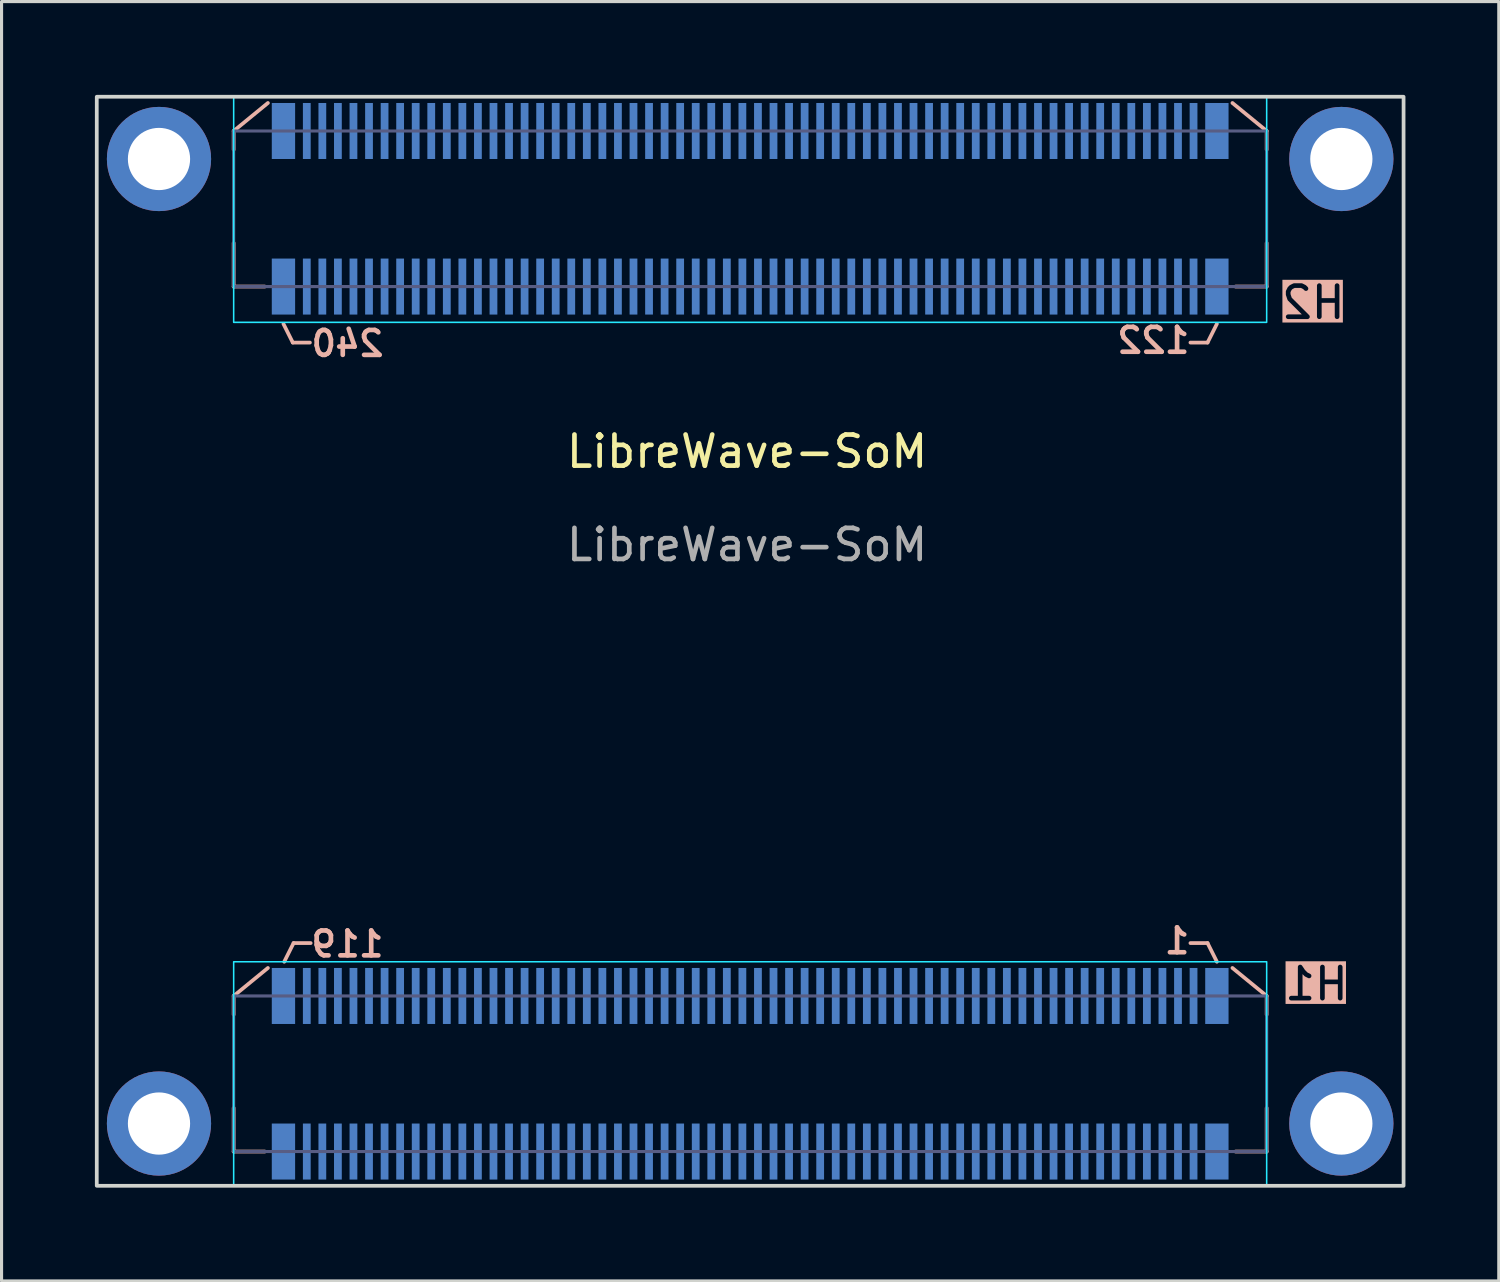
<source format=kicad_pcb>
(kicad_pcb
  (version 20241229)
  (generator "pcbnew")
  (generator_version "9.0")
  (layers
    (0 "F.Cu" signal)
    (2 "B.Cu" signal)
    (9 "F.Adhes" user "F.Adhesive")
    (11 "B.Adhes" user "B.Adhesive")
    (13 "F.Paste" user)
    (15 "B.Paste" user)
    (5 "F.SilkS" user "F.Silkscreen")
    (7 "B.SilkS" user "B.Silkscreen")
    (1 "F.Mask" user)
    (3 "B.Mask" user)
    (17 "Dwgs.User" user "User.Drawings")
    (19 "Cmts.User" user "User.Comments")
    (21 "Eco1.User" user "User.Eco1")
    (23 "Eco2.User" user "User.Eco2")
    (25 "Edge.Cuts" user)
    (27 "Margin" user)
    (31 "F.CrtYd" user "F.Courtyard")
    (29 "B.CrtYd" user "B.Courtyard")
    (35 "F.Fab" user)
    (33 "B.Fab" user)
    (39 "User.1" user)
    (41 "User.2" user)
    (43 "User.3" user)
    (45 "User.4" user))
  (footprint "LibreWave-SoM"
    (layer "F.Cu")
    (at 21.06 17.56)
    (property "Reference" "LibreWave-SoM" (at -0.1 -6.1 0) (unlocked yes) (layer "F.SilkS") (effects (font (size 1 1) (thickness 0.15))))
    (attr smd)
    (fp_line (start -16.6 -16.4) (end -15.5 -17.3) (stroke (width 0.12) (type default)) (layer "B.SilkS"))
    (fp_line (start -16.6 -15.8) (end -16.6 -16.4) (stroke (width 0.12) (type default)) (layer "B.SilkS"))
    (fp_line (start -16.6 -11.4) (end -16.6 -12.8) (stroke (width 0.12) (type default)) (layer "B.SilkS"))
    (fp_line (start -16.6 11.4) (end -15.5 10.5) (stroke (width 0.12) (type default)) (layer "B.SilkS"))
    (fp_line (start -16.6 12) (end -16.6 11.4) (stroke (width 0.12) (type default)) (layer "B.SilkS"))
    (fp_line (start -16.6 16.4) (end -16.6 15) (stroke (width 0.12) (type default)) (layer "B.SilkS"))
    (fp_line (start -15.6 -11.4) (end -16.6 -11.4) (stroke (width 0.12) (type default)) (layer "B.SilkS"))
    (fp_line (start -15.6 16.4) (end -16.6 16.4) (stroke (width 0.12) (type default)) (layer "B.SilkS"))
    (fp_line (start -15 -10.2) (end -14.7 -9.6) (stroke (width 0.12) (type default)) (layer "B.SilkS"))
    (fp_line (start -14.975 10.3) (end -14.675 9.7) (stroke (width 0.12) (type default)) (layer "B.SilkS"))
    (fp_line (start -14.7 -9.6) (end -14.15 -9.6) (stroke (width 0.12) (type default)) (layer "B.SilkS"))
    (fp_line (start -14.675 9.7) (end -14.125 9.7) (stroke (width 0.12) (type default)) (layer "B.SilkS"))
    (fp_line (start 14.7 -9.6) (end 14.15 -9.6) (stroke (width 0.12) (type default)) (layer "B.SilkS"))
    (fp_line (start 14.7 9.7) (end 14.15 9.7) (stroke (width 0.12) (type default)) (layer "B.SilkS"))
    (fp_line (start 15 -10.2) (end 14.7 -9.6) (stroke (width 0.12) (type default)) (layer "B.SilkS"))
    (fp_line (start 15 10.3) (end 14.7 9.7) (stroke (width 0.12) (type default)) (layer "B.SilkS"))
    (fp_line (start 15.6 -11.4) (end 16.6 -11.4) (stroke (width 0.12) (type default)) (layer "B.SilkS"))
    (fp_line (start 15.6 16.4) (end 16.6 16.4) (stroke (width 0.12) (type default)) (layer "B.SilkS"))
    (fp_line (start 16.6 -16.4) (end 15.5 -17.3) (stroke (width 0.12) (type default)) (layer "B.SilkS"))
    (fp_line (start 16.6 -15.8) (end 16.6 -16.4) (stroke (width 0.12) (type default)) (layer "B.SilkS"))
    (fp_line (start 16.6 -11.4) (end 16.6 -12.8) (stroke (width 0.12) (type default)) (layer "B.SilkS"))
    (fp_line (start 16.6 11.4) (end 15.5 10.5) (stroke (width 0.12) (type default)) (layer "B.SilkS"))
    (fp_line (start 16.6 12) (end 16.6 11.4) (stroke (width 0.12) (type default)) (layer "B.SilkS"))
    (fp_line (start 16.6 16.4) (end 16.6 15) (stroke (width 0.12) (type default)) (layer "B.SilkS"))
    (fp_rect (start -21 -17.5) (end 21 17.5) (stroke (width 0.12) (type solid)) (fill no) (layer "Edge.Cuts"))
    (fp_rect (start -16.6 -17.5) (end 16.6 -10.25) (stroke (width 0.05) (type default)) (fill no) (layer "B.CrtYd"))
    (fp_rect (start -16.6 10.3) (end 16.6 17.5) (stroke (width 0.05) (type default)) (fill no) (layer "B.CrtYd"))
    (fp_rect (start -16.6 -16.4) (end 16.6 -11.4) (stroke (width 0.1) (type default)) (fill no) (layer "B.Fab"))
    (fp_rect (start -16.6 11.4) (end 16.6 16.4) (stroke (width 0.1) (type default)) (fill no) (layer "B.Fab"))
    (fp_text user "H1" (at 19.3 11.6 0) (unlocked yes) (layer "B.SilkS" knockout) (effects (font (size 1 1) (thickness 0.15)) (justify left bottom mirror)))
    (fp_text user "122" (at 14.2 -9.2 0) (unlocked yes) (layer "B.SilkS") (effects (font (size 0.8 0.8) (thickness 0.15)) (justify left bottom mirror)))
    (fp_text user "240" (at -11.7 -9.1 0) (unlocked yes) (layer "B.SilkS") (effects (font (size 0.8 0.8) (thickness 0.15)) (justify left bottom mirror)))
    (fp_text user "119" (at -11.7 10.2 0) (unlocked yes) (layer "B.SilkS") (effects (font (size 0.8 0.8) (thickness 0.15)) (justify left bottom mirror)))
    (fp_text user "H2" (at 19.2 -10.3 0) (unlocked yes) (layer "B.SilkS" knockout) (effects (font (size 1 1) (thickness 0.15)) (justify left bottom mirror)))
    (fp_text user "1" (at 14.2 10.1 0) (unlocked yes) (layer "B.SilkS") (effects (font (size 0.8 0.8) (thickness 0.15)) (justify left bottom mirror)))
    (fp_text user "${REFERENCE}" (at -0.1 -3.1 0) (unlocked yes) (layer "F.Fab") (effects (font (size 1 1) (thickness 0.15))))
    (pad "" np_thru_hole circle (at -19 -15.5) (size 3.35 3.35) (drill 2) (layers "*.Cu" "*.Mask"))
    (pad "" np_thru_hole circle (at -19 15.5) (size 3.35 3.35) (drill 2) (layers "*.Cu" "*.Mask"))
    (pad "" np_thru_hole circle (at 19 -15.5) (size 3.35 3.35) (drill 2) (layers "*.Cu" "*.Mask"))
    (pad "" np_thru_hole circle (at 19 15.5) (size 3.35 3.35) (drill 2) (layers "*.Cu" "*.Mask"))
    (pad "1" smd rect (at 15 11.4) (size 0.75 1.8) (layers "B.Cu" "B.Mask" "B.Paste"))
    (pad "2" smd rect (at 15 16.4) (size 0.75 1.8) (layers "B.Cu" "B.Mask" "B.Paste"))
    (pad "3" smd rect (at 14.25 11.4) (size 0.25 1.8) (layers "B.Cu" "B.Mask" "B.Paste"))
    (pad "4" smd rect (at 14.25 16.4) (size 0.25 1.8) (layers "B.Cu" "B.Mask" "B.Paste"))
    (pad "5" smd rect (at 13.75 11.4) (size 0.25 1.8) (layers "B.Cu" "B.Mask" "B.Paste"))
    (pad "6" smd rect (at 13.75 16.4) (size 0.25 1.8) (layers "B.Cu" "B.Mask" "B.Paste"))
    (pad "7" smd rect (at 13.25 11.4) (size 0.25 1.8) (layers "B.Cu" "B.Mask" "B.Paste"))
    (pad "8" smd rect (at 13.25 16.4) (size 0.25 1.8) (layers "B.Cu" "B.Mask" "B.Paste"))
    (pad "9" smd rect (at 12.75 11.4) (size 0.25 1.8) (layers "B.Cu" "B.Mask" "B.Paste"))
    (pad "10" smd rect (at 12.75 16.4) (size 0.25 1.8) (layers "B.Cu" "B.Mask" "B.Paste"))
    (pad "11" smd rect (at 12.25 11.4) (size 0.25 1.8) (layers "B.Cu" "B.Mask" "B.Paste"))
    (pad "12" smd rect (at 12.25 16.4) (size 0.25 1.8) (layers "B.Cu" "B.Mask" "B.Paste"))
    (pad "13" smd rect (at 11.75 11.4) (size 0.25 1.8) (layers "B.Cu" "B.Mask" "B.Paste"))
    (pad "14" smd rect (at 11.75 16.4) (size 0.25 1.8) (layers "B.Cu" "B.Mask" "B.Paste"))
    (pad "15" smd rect (at 11.25 11.4) (size 0.25 1.8) (layers "B.Cu" "B.Mask" "B.Paste"))
    (pad "16" smd rect (at 11.25 16.4) (size 0.25 1.8) (layers "B.Cu" "B.Mask" "B.Paste"))
    (pad "17" smd rect (at 10.75 11.4) (size 0.25 1.8) (layers "B.Cu" "B.Mask" "B.Paste"))
    (pad "18" smd rect (at 10.75 16.4) (size 0.25 1.8) (layers "B.Cu" "B.Mask" "B.Paste"))
    (pad "19" smd rect (at 10.25 11.4) (size 0.25 1.8) (layers "B.Cu" "B.Mask" "B.Paste"))
    (pad "20" smd rect (at 10.25 16.4) (size 0.25 1.8) (layers "B.Cu" "B.Mask" "B.Paste"))
    (pad "21" smd rect (at 9.75 11.4) (size 0.25 1.8) (layers "B.Cu" "B.Mask" "B.Paste"))
    (pad "22" smd rect (at 9.75 16.4) (size 0.25 1.8) (layers "B.Cu" "B.Mask" "B.Paste"))
    (pad "23" smd rect (at 9.25 11.4) (size 0.25 1.8) (layers "B.Cu" "B.Mask" "B.Paste"))
    (pad "24" smd rect (at 9.25 16.4) (size 0.25 1.8) (layers "B.Cu" "B.Mask" "B.Paste"))
    (pad "25" smd rect (at 8.75 11.4) (size 0.25 1.8) (layers "B.Cu" "B.Mask" "B.Paste"))
    (pad "26" smd rect (at 8.75 16.4) (size 0.25 1.8) (layers "B.Cu" "B.Mask" "B.Paste"))
    (pad "27" smd rect (at 8.25 11.4) (size 0.25 1.8) (layers "B.Cu" "B.Mask" "B.Paste"))
    (pad "28" smd rect (at 8.25 16.4) (size 0.25 1.8) (layers "B.Cu" "B.Mask" "B.Paste"))
    (pad "29" smd rect (at 7.75 11.4) (size 0.25 1.8) (layers "B.Cu" "B.Mask" "B.Paste"))
    (pad "30" smd rect (at 7.75 16.4) (size 0.25 1.8) (layers "B.Cu" "B.Mask" "B.Paste"))
    (pad "31" smd rect (at 7.25 11.4) (size 0.25 1.8) (layers "B.Cu" "B.Mask" "B.Paste"))
    (pad "32" smd rect (at 7.25 16.4) (size 0.25 1.8) (layers "B.Cu" "B.Mask" "B.Paste"))
    (pad "33" smd rect (at 6.75 11.4) (size 0.25 1.8) (layers "B.Cu" "B.Mask" "B.Paste"))
    (pad "34" smd rect (at 6.75 16.4) (size 0.25 1.8) (layers "B.Cu" "B.Mask" "B.Paste"))
    (pad "35" smd rect (at 6.25 11.4) (size 0.25 1.8) (layers "B.Cu" "B.Mask" "B.Paste"))
    (pad "36" smd rect (at 6.25 16.4) (size 0.25 1.8) (layers "B.Cu" "B.Mask" "B.Paste"))
    (pad "37" smd rect (at 5.75 11.4) (size 0.25 1.8) (layers "B.Cu" "B.Mask" "B.Paste"))
    (pad "38" smd rect (at 5.75 16.4) (size 0.25 1.8) (layers "B.Cu" "B.Mask" "B.Paste"))
    (pad "39" smd rect (at 5.25 11.4) (size 0.25 1.8) (layers "B.Cu" "B.Mask" "B.Paste"))
    (pad "40" smd rect (at 5.25 16.4) (size 0.25 1.8) (layers "B.Cu" "B.Mask" "B.Paste"))
    (pad "41" smd rect (at 4.75 11.4) (size 0.25 1.8) (layers "B.Cu" "B.Mask" "B.Paste"))
    (pad "42" smd rect (at 4.75 16.4) (size 0.25 1.8) (layers "B.Cu" "B.Mask" "B.Paste"))
    (pad "43" smd rect (at 4.25 11.4) (size 0.25 1.8) (layers "B.Cu" "B.Mask" "B.Paste"))
    (pad "44" smd rect (at 4.25 16.4) (size 0.25 1.8) (layers "B.Cu" "B.Mask" "B.Paste"))
    (pad "45" smd rect (at 3.75 11.4) (size 0.25 1.8) (layers "B.Cu" "B.Mask" "B.Paste"))
    (pad "46" smd rect (at 3.75 16.4) (size 0.25 1.8) (layers "B.Cu" "B.Mask" "B.Paste"))
    (pad "47" smd rect (at 3.25 11.4) (size 0.25 1.8) (layers "B.Cu" "B.Mask" "B.Paste"))
    (pad "48" smd rect (at 3.25 16.4) (size 0.25 1.8) (layers "B.Cu" "B.Mask" "B.Paste"))
    (pad "49" smd rect (at 2.75 11.4) (size 0.25 1.8) (layers "B.Cu" "B.Mask" "B.Paste"))
    (pad "50" smd rect (at 2.75 16.4) (size 0.25 1.8) (layers "B.Cu" "B.Mask" "B.Paste"))
    (pad "51" smd rect (at 2.25 11.4) (size 0.25 1.8) (layers "B.Cu" "B.Mask" "B.Paste"))
    (pad "52" smd rect (at 2.25 16.4) (size 0.25 1.8) (layers "B.Cu" "B.Mask" "B.Paste"))
    (pad "53" smd rect (at 1.75 11.4) (size 0.25 1.8) (layers "B.Cu" "B.Mask" "B.Paste"))
    (pad "54" smd rect (at 1.75 16.4) (size 0.25 1.8) (layers "B.Cu" "B.Mask" "B.Paste"))
    (pad "55" smd rect (at 1.25 11.4) (size 0.25 1.8) (layers "B.Cu" "B.Mask" "B.Paste"))
    (pad "56" smd rect (at 1.25 16.4) (size 0.25 1.8) (layers "B.Cu" "B.Mask" "B.Paste"))
    (pad "57" smd rect (at 0.75 11.4) (size 0.25 1.8) (layers "B.Cu" "B.Mask" "B.Paste"))
    (pad "58" smd rect (at 0.75 16.4) (size 0.25 1.8) (layers "B.Cu" "B.Mask" "B.Paste"))
    (pad "59" smd rect (at 0.25 11.4) (size 0.25 1.8) (layers "B.Cu" "B.Mask" "B.Paste"))
    (pad "60" smd rect (at 0.25 16.4) (size 0.25 1.8) (layers "B.Cu" "B.Mask" "B.Paste"))
    (pad "61" smd rect (at -0.25 11.4) (size 0.25 1.8) (layers "B.Cu" "B.Mask" "B.Paste"))
    (pad "62" smd rect (at -0.25 16.4) (size 0.25 1.8) (layers "B.Cu" "B.Mask" "B.Paste"))
    (pad "63" smd rect (at -0.75 11.4) (size 0.25 1.8) (layers "B.Cu" "B.Mask" "B.Paste"))
    (pad "64" smd rect (at -0.75 16.4) (size 0.25 1.8) (layers "B.Cu" "B.Mask" "B.Paste"))
    (pad "65" smd rect (at -1.25 11.4) (size 0.25 1.8) (layers "B.Cu" "B.Mask" "B.Paste"))
    (pad "66" smd rect (at -1.25 16.4) (size 0.25 1.8) (layers "B.Cu" "B.Mask" "B.Paste"))
    (pad "67" smd rect (at -1.75 11.4) (size 0.25 1.8) (layers "B.Cu" "B.Mask" "B.Paste"))
    (pad "68" smd rect (at -1.75 16.4) (size 0.25 1.8) (layers "B.Cu" "B.Mask" "B.Paste"))
    (pad "69" smd rect (at -2.25 11.4) (size 0.25 1.8) (layers "B.Cu" "B.Mask" "B.Paste"))
    (pad "70" smd rect (at -2.25 16.4) (size 0.25 1.8) (layers "B.Cu" "B.Mask" "B.Paste"))
    (pad "71" smd rect (at -2.75 11.4) (size 0.25 1.8) (layers "B.Cu" "B.Mask" "B.Paste"))
    (pad "72" smd rect (at -2.75 16.4) (size 0.25 1.8) (layers "B.Cu" "B.Mask" "B.Paste"))
    (pad "73" smd rect (at -3.25 11.4) (size 0.25 1.8) (layers "B.Cu" "B.Mask" "B.Paste"))
    (pad "74" smd rect (at -3.25 16.4) (size 0.25 1.8) (layers "B.Cu" "B.Mask" "B.Paste"))
    (pad "75" smd rect (at -3.75 11.4) (size 0.25 1.8) (layers "B.Cu" "B.Mask" "B.Paste"))
    (pad "76" smd rect (at -3.75 16.4) (size 0.25 1.8) (layers "B.Cu" "B.Mask" "B.Paste"))
    (pad "77" smd rect (at -4.25 11.4) (size 0.25 1.8) (layers "B.Cu" "B.Mask" "B.Paste"))
    (pad "78" smd rect (at -4.25 16.4) (size 0.25 1.8) (layers "B.Cu" "B.Mask" "B.Paste"))
    (pad "79" smd rect (at -4.75 11.4) (size 0.25 1.8) (layers "B.Cu" "B.Mask" "B.Paste"))
    (pad "80" smd rect (at -4.75 16.4) (size 0.25 1.8) (layers "B.Cu" "B.Mask" "B.Paste"))
    (pad "81" smd rect (at -5.25 11.4) (size 0.25 1.8) (layers "B.Cu" "B.Mask" "B.Paste"))
    (pad "82" smd rect (at -5.25 16.4) (size 0.25 1.8) (layers "B.Cu" "B.Mask" "B.Paste"))
    (pad "83" smd rect (at -5.75 11.4) (size 0.25 1.8) (layers "B.Cu" "B.Mask" "B.Paste"))
    (pad "84" smd rect (at -5.75 16.4) (size 0.25 1.8) (layers "B.Cu" "B.Mask" "B.Paste"))
    (pad "85" smd rect (at -6.25 11.4) (size 0.25 1.8) (layers "B.Cu" "B.Mask" "B.Paste"))
    (pad "86" smd rect (at -6.25 16.4) (size 0.25 1.8) (layers "B.Cu" "B.Mask" "B.Paste"))
    (pad "87" smd rect (at -6.75 11.4) (size 0.25 1.8) (layers "B.Cu" "B.Mask" "B.Paste"))
    (pad "88" smd rect (at -6.75 16.4) (size 0.25 1.8) (layers "B.Cu" "B.Mask" "B.Paste"))
    (pad "89" smd rect (at -7.25 11.4) (size 0.25 1.8) (layers "B.Cu" "B.Mask" "B.Paste"))
    (pad "90" smd rect (at -7.25 16.4) (size 0.25 1.8) (layers "B.Cu" "B.Mask" "B.Paste"))
    (pad "91" smd rect (at -7.75 11.4) (size 0.25 1.8) (layers "B.Cu" "B.Mask" "B.Paste"))
    (pad "92" smd rect (at -7.75 16.4) (size 0.25 1.8) (layers "B.Cu" "B.Mask" "B.Paste"))
    (pad "93" smd rect (at -8.25 11.4) (size 0.25 1.8) (layers "B.Cu" "B.Mask" "B.Paste"))
    (pad "94" smd rect (at -8.25 16.4) (size 0.25 1.8) (layers "B.Cu" "B.Mask" "B.Paste"))
    (pad "95" smd rect (at -8.75 11.4) (size 0.25 1.8) (layers "B.Cu" "B.Mask" "B.Paste"))
    (pad "96" smd rect (at -8.75 16.4) (size 0.25 1.8) (layers "B.Cu" "B.Mask" "B.Paste"))
    (pad "97" smd rect (at -9.25 11.4) (size 0.25 1.8) (layers "B.Cu" "B.Mask" "B.Paste"))
    (pad "98" smd rect (at -9.25 16.4) (size 0.25 1.8) (layers "B.Cu" "B.Mask" "B.Paste"))
    (pad "99" smd rect (at -9.75 11.4) (size 0.25 1.8) (layers "B.Cu" "B.Mask" "B.Paste"))
    (pad "100" smd rect (at -9.75 16.4) (size 0.25 1.8) (layers "B.Cu" "B.Mask" "B.Paste"))
    (pad "101" smd rect (at -10.25 11.4) (size 0.25 1.8) (layers "B.Cu" "B.Mask" "B.Paste"))
    (pad "102" smd rect (at -10.25 16.4) (size 0.25 1.8) (layers "B.Cu" "B.Mask" "B.Paste"))
    (pad "103" smd rect (at -10.75 11.4) (size 0.25 1.8) (layers "B.Cu" "B.Mask" "B.Paste"))
    (pad "104" smd rect (at -10.75 16.4) (size 0.25 1.8) (layers "B.Cu" "B.Mask" "B.Paste"))
    (pad "105" smd rect (at -11.25 11.4) (size 0.25 1.8) (layers "B.Cu" "B.Mask" "B.Paste"))
    (pad "106" smd rect (at -11.25 16.4) (size 0.25 1.8) (layers "B.Cu" "B.Mask" "B.Paste"))
    (pad "107" smd rect (at -11.75 11.4) (size 0.25 1.8) (layers "B.Cu" "B.Mask" "B.Paste"))
    (pad "108" smd rect (at -11.75 16.4) (size 0.25 1.8) (layers "B.Cu" "B.Mask" "B.Paste"))
    (pad "109" smd rect (at -12.25 11.4) (size 0.25 1.8) (layers "B.Cu" "B.Mask" "B.Paste"))
    (pad "110" smd rect (at -12.25 16.4) (size 0.25 1.8) (layers "B.Cu" "B.Mask" "B.Paste"))
    (pad "111" smd rect (at -12.75 11.4) (size 0.25 1.8) (layers "B.Cu" "B.Mask" "B.Paste"))
    (pad "112" smd rect (at -12.75 16.4) (size 0.25 1.8) (layers "B.Cu" "B.Mask" "B.Paste"))
    (pad "113" smd rect (at -13.25 11.4) (size 0.25 1.8) (layers "B.Cu" "B.Mask" "B.Paste"))
    (pad "114" smd rect (at -13.25 16.4) (size 0.25 1.8) (layers "B.Cu" "B.Mask" "B.Paste"))
    (pad "115" smd rect (at -13.75 11.4) (size 0.25 1.8) (layers "B.Cu" "B.Mask" "B.Paste"))
    (pad "116" smd rect (at -13.75 16.4) (size 0.25 1.8) (layers "B.Cu" "B.Mask" "B.Paste"))
    (pad "117" smd rect (at -14.25 11.4) (size 0.25 1.8) (layers "B.Cu" "B.Mask" "B.Paste"))
    (pad "118" smd rect (at -14.25 16.4) (size 0.25 1.8) (layers "B.Cu" "B.Mask" "B.Paste"))
    (pad "119" smd rect (at -15 11.4) (size 0.75 1.8) (layers "B.Cu" "B.Mask" "B.Paste"))
    (pad "120" smd rect (at -15 16.4) (size 0.75 1.8) (layers "B.Cu" "B.Mask" "B.Paste"))
    (pad "121" smd rect (at 15 -16.4) (size 0.75 1.8) (layers "B.Cu" "B.Mask" "B.Paste"))
    (pad "122" smd rect (at 15 -11.4) (size 0.75 1.8) (layers "B.Cu" "B.Mask" "B.Paste"))
    (pad "123" smd rect (at 14.25 -16.4) (size 0.25 1.8) (layers "B.Cu" "B.Mask" "B.Paste"))
    (pad "124" smd rect (at 14.25 -11.4) (size 0.25 1.8) (layers "B.Cu" "B.Mask" "B.Paste"))
    (pad "125" smd rect (at 13.75 -16.4) (size 0.25 1.8) (layers "B.Cu" "B.Mask" "B.Paste"))
    (pad "126" smd rect (at 13.75 -11.4) (size 0.25 1.8) (layers "B.Cu" "B.Mask" "B.Paste"))
    (pad "127" smd rect (at 13.25 -16.4) (size 0.25 1.8) (layers "B.Cu" "B.Mask" "B.Paste"))
    (pad "128" smd rect (at 13.25 -11.4) (size 0.25 1.8) (layers "B.Cu" "B.Mask" "B.Paste"))
    (pad "129" smd rect (at 12.75 -16.4) (size 0.25 1.8) (layers "B.Cu" "B.Mask" "B.Paste"))
    (pad "130" smd rect (at 12.75 -11.4) (size 0.25 1.8) (layers "B.Cu" "B.Mask" "B.Paste"))
    (pad "131" smd rect (at 12.25 -16.4) (size 0.25 1.8) (layers "B.Cu" "B.Mask" "B.Paste"))
    (pad "132" smd rect (at 12.25 -11.4) (size 0.25 1.8) (layers "B.Cu" "B.Mask" "B.Paste"))
    (pad "133" smd rect (at 11.75 -16.4) (size 0.25 1.8) (layers "B.Cu" "B.Mask" "B.Paste"))
    (pad "134" smd rect (at 11.75 -11.4) (size 0.25 1.8) (layers "B.Cu" "B.Mask" "B.Paste"))
    (pad "135" smd rect (at 11.25 -16.4) (size 0.25 1.8) (layers "B.Cu" "B.Mask" "B.Paste"))
    (pad "136" smd rect (at 11.25 -11.4) (size 0.25 1.8) (layers "B.Cu" "B.Mask" "B.Paste"))
    (pad "137" smd rect (at 10.75 -16.4) (size 0.25 1.8) (layers "B.Cu" "B.Mask" "B.Paste"))
    (pad "138" smd rect (at 10.75 -11.4) (size 0.25 1.8) (layers "B.Cu" "B.Mask" "B.Paste"))
    (pad "139" smd rect (at 10.25 -16.4) (size 0.25 1.8) (layers "B.Cu" "B.Mask" "B.Paste"))
    (pad "140" smd rect (at 10.25 -11.4) (size 0.25 1.8) (layers "B.Cu" "B.Mask" "B.Paste"))
    (pad "141" smd rect (at 9.75 -16.4) (size 0.25 1.8) (layers "B.Cu" "B.Mask" "B.Paste"))
    (pad "142" smd rect (at 9.75 -11.4) (size 0.25 1.8) (layers "B.Cu" "B.Mask" "B.Paste"))
    (pad "143" smd rect (at 9.25 -16.4) (size 0.25 1.8) (layers "B.Cu" "B.Mask" "B.Paste"))
    (pad "144" smd rect (at 9.25 -11.4) (size 0.25 1.8) (layers "B.Cu" "B.Mask" "B.Paste"))
    (pad "145" smd rect (at 8.75 -16.4) (size 0.25 1.8) (layers "B.Cu" "B.Mask" "B.Paste"))
    (pad "146" smd rect (at 8.75 -11.4) (size 0.25 1.8) (layers "B.Cu" "B.Mask" "B.Paste"))
    (pad "147" smd rect (at 8.25 -16.4) (size 0.25 1.8) (layers "B.Cu" "B.Mask" "B.Paste"))
    (pad "148" smd rect (at 8.25 -11.4) (size 0.25 1.8) (layers "B.Cu" "B.Mask" "B.Paste"))
    (pad "149" smd rect (at 7.75 -16.4) (size 0.25 1.8) (layers "B.Cu" "B.Mask" "B.Paste"))
    (pad "150" smd rect (at 7.75 -11.4) (size 0.25 1.8) (layers "B.Cu" "B.Mask" "B.Paste"))
    (pad "151" smd rect (at 7.25 -16.4) (size 0.25 1.8) (layers "B.Cu" "B.Mask" "B.Paste"))
    (pad "152" smd rect (at 7.25 -11.4) (size 0.25 1.8) (layers "B.Cu" "B.Mask" "B.Paste"))
    (pad "153" smd rect (at 6.75 -16.4) (size 0.25 1.8) (layers "B.Cu" "B.Mask" "B.Paste"))
    (pad "154" smd rect (at 6.75 -11.4) (size 0.25 1.8) (layers "B.Cu" "B.Mask" "B.Paste"))
    (pad "155" smd rect (at 6.25 -16.4) (size 0.25 1.8) (layers "B.Cu" "B.Mask" "B.Paste"))
    (pad "156" smd rect (at 6.25 -11.4) (size 0.25 1.8) (layers "B.Cu" "B.Mask" "B.Paste"))
    (pad "157" smd rect (at 5.75 -16.4) (size 0.25 1.8) (layers "B.Cu" "B.Mask" "B.Paste"))
    (pad "158" smd rect (at 5.75 -11.4) (size 0.25 1.8) (layers "B.Cu" "B.Mask" "B.Paste"))
    (pad "159" smd rect (at 5.25 -16.4) (size 0.25 1.8) (layers "B.Cu" "B.Mask" "B.Paste"))
    (pad "160" smd rect (at 5.25 -11.4) (size 0.25 1.8) (layers "B.Cu" "B.Mask" "B.Paste"))
    (pad "161" smd rect (at 4.75 -16.4) (size 0.25 1.8) (layers "B.Cu" "B.Mask" "B.Paste"))
    (pad "162" smd rect (at 4.75 -11.4) (size 0.25 1.8) (layers "B.Cu" "B.Mask" "B.Paste"))
    (pad "163" smd rect (at 4.25 -16.4) (size 0.25 1.8) (layers "B.Cu" "B.Mask" "B.Paste"))
    (pad "164" smd rect (at 4.25 -11.4) (size 0.25 1.8) (layers "B.Cu" "B.Mask" "B.Paste"))
    (pad "165" smd rect (at 3.75 -16.4) (size 0.25 1.8) (layers "B.Cu" "B.Mask" "B.Paste"))
    (pad "166" smd rect (at 3.75 -11.4) (size 0.25 1.8) (layers "B.Cu" "B.Mask" "B.Paste"))
    (pad "167" smd rect (at 3.25 -16.4) (size 0.25 1.8) (layers "B.Cu" "B.Mask" "B.Paste"))
    (pad "168" smd rect (at 3.25 -11.4) (size 0.25 1.8) (layers "B.Cu" "B.Mask" "B.Paste"))
    (pad "169" smd rect (at 2.75 -16.4) (size 0.25 1.8) (layers "B.Cu" "B.Mask" "B.Paste"))
    (pad "170" smd rect (at 2.75 -11.4) (size 0.25 1.8) (layers "B.Cu" "B.Mask" "B.Paste"))
    (pad "171" smd rect (at 2.25 -16.4) (size 0.25 1.8) (layers "B.Cu" "B.Mask" "B.Paste"))
    (pad "172" smd rect (at 2.25 -11.4) (size 0.25 1.8) (layers "B.Cu" "B.Mask" "B.Paste"))
    (pad "173" smd rect (at 1.75 -16.4) (size 0.25 1.8) (layers "B.Cu" "B.Mask" "B.Paste"))
    (pad "174" smd rect (at 1.75 -11.4) (size 0.25 1.8) (layers "B.Cu" "B.Mask" "B.Paste"))
    (pad "175" smd rect (at 1.25 -16.4) (size 0.25 1.8) (layers "B.Cu" "B.Mask" "B.Paste"))
    (pad "176" smd rect (at 1.25 -11.4) (size 0.25 1.8) (layers "B.Cu" "B.Mask" "B.Paste"))
    (pad "177" smd rect (at 0.75 -16.4) (size 0.25 1.8) (layers "B.Cu" "B.Mask" "B.Paste"))
    (pad "178" smd rect (at 0.75 -11.4) (size 0.25 1.8) (layers "B.Cu" "B.Mask" "B.Paste"))
    (pad "179" smd rect (at 0.25 -16.4) (size 0.25 1.8) (layers "B.Cu" "B.Mask" "B.Paste"))
    (pad "180" smd rect (at 0.25 -11.4) (size 0.25 1.8) (layers "B.Cu" "B.Mask" "B.Paste"))
    (pad "181" smd rect (at -0.25 -16.4) (size 0.25 1.8) (layers "B.Cu" "B.Mask" "B.Paste"))
    (pad "182" smd rect (at -0.25 -11.4) (size 0.25 1.8) (layers "B.Cu" "B.Mask" "B.Paste"))
    (pad "183" smd rect (at -0.75 -16.4) (size 0.25 1.8) (layers "B.Cu" "B.Mask" "B.Paste"))
    (pad "184" smd rect (at -0.75 -11.4) (size 0.25 1.8) (layers "B.Cu" "B.Mask" "B.Paste"))
    (pad "185" smd rect (at -1.25 -16.4) (size 0.25 1.8) (layers "B.Cu" "B.Mask" "B.Paste"))
    (pad "186" smd rect (at -1.25 -11.4) (size 0.25 1.8) (layers "B.Cu" "B.Mask" "B.Paste"))
    (pad "187" smd rect (at -1.75 -16.4) (size 0.25 1.8) (layers "B.Cu" "B.Mask" "B.Paste"))
    (pad "188" smd rect (at -1.75 -11.4) (size 0.25 1.8) (layers "B.Cu" "B.Mask" "B.Paste"))
    (pad "189" smd rect (at -2.25 -16.4) (size 0.25 1.8) (layers "B.Cu" "B.Mask" "B.Paste"))
    (pad "190" smd rect (at -2.25 -11.4) (size 0.25 1.8) (layers "B.Cu" "B.Mask" "B.Paste"))
    (pad "191" smd rect (at -2.75 -16.4) (size 0.25 1.8) (layers "B.Cu" "B.Mask" "B.Paste"))
    (pad "192" smd rect (at -2.75 -11.4) (size 0.25 1.8) (layers "B.Cu" "B.Mask" "B.Paste"))
    (pad "193" smd rect (at -3.25 -16.4) (size 0.25 1.8) (layers "B.Cu" "B.Mask" "B.Paste"))
    (pad "194" smd rect (at -3.25 -11.4) (size 0.25 1.8) (layers "B.Cu" "B.Mask" "B.Paste"))
    (pad "195" smd rect (at -3.75 -16.4) (size 0.25 1.8) (layers "B.Cu" "B.Mask" "B.Paste"))
    (pad "196" smd rect (at -3.75 -11.4) (size 0.25 1.8) (layers "B.Cu" "B.Mask" "B.Paste"))
    (pad "197" smd rect (at -4.25 -16.4) (size 0.25 1.8) (layers "B.Cu" "B.Mask" "B.Paste"))
    (pad "198" smd rect (at -4.25 -11.4) (size 0.25 1.8) (layers "B.Cu" "B.Mask" "B.Paste"))
    (pad "199" smd rect (at -4.75 -16.4) (size 0.25 1.8) (layers "B.Cu" "B.Mask" "B.Paste"))
    (pad "200" smd rect (at -4.75 -11.4) (size 0.25 1.8) (layers "B.Cu" "B.Mask" "B.Paste"))
    (pad "201" smd rect (at -5.25 -16.4) (size 0.25 1.8) (layers "B.Cu" "B.Mask" "B.Paste"))
    (pad "202" smd rect (at -5.25 -11.4) (size 0.25 1.8) (layers "B.Cu" "B.Mask" "B.Paste"))
    (pad "203" smd rect (at -5.75 -16.4) (size 0.25 1.8) (layers "B.Cu" "B.Mask" "B.Paste"))
    (pad "204" smd rect (at -5.75 -11.4) (size 0.25 1.8) (layers "B.Cu" "B.Mask" "B.Paste"))
    (pad "205" smd rect (at -6.25 -16.4) (size 0.25 1.8) (layers "B.Cu" "B.Mask" "B.Paste"))
    (pad "206" smd rect (at -6.25 -11.4) (size 0.25 1.8) (layers "B.Cu" "B.Mask" "B.Paste"))
    (pad "207" smd rect (at -6.75 -16.4) (size 0.25 1.8) (layers "B.Cu" "B.Mask" "B.Paste"))
    (pad "208" smd rect (at -6.75 -11.4) (size 0.25 1.8) (layers "B.Cu" "B.Mask" "B.Paste"))
    (pad "209" smd rect (at -7.25 -16.4) (size 0.25 1.8) (layers "B.Cu" "B.Mask" "B.Paste"))
    (pad "210" smd rect (at -7.25 -11.4) (size 0.25 1.8) (layers "B.Cu" "B.Mask" "B.Paste"))
    (pad "211" smd rect (at -7.75 -16.4) (size 0.25 1.8) (layers "B.Cu" "B.Mask" "B.Paste"))
    (pad "212" smd rect (at -7.75 -11.4) (size 0.25 1.8) (layers "B.Cu" "B.Mask" "B.Paste"))
    (pad "213" smd rect (at -8.25 -16.4) (size 0.25 1.8) (layers "B.Cu" "B.Mask" "B.Paste"))
    (pad "214" smd rect (at -8.25 -11.4) (size 0.25 1.8) (layers "B.Cu" "B.Mask" "B.Paste"))
    (pad "215" smd rect (at -8.75 -16.4) (size 0.25 1.8) (layers "B.Cu" "B.Mask" "B.Paste"))
    (pad "216" smd rect (at -8.75 -11.4) (size 0.25 1.8) (layers "B.Cu" "B.Mask" "B.Paste"))
    (pad "217" smd rect (at -9.25 -16.4) (size 0.25 1.8) (layers "B.Cu" "B.Mask" "B.Paste"))
    (pad "218" smd rect (at -9.25 -11.4) (size 0.25 1.8) (layers "B.Cu" "B.Mask" "B.Paste"))
    (pad "219" smd rect (at -9.75 -16.4) (size 0.25 1.8) (layers "B.Cu" "B.Mask" "B.Paste"))
    (pad "220" smd rect (at -9.75 -11.4) (size 0.25 1.8) (layers "B.Cu" "B.Mask" "B.Paste"))
    (pad "221" smd rect (at -10.25 -16.4) (size 0.25 1.8) (layers "B.Cu" "B.Mask" "B.Paste"))
    (pad "222" smd rect (at -10.25 -11.4) (size 0.25 1.8) (layers "B.Cu" "B.Mask" "B.Paste"))
    (pad "223" smd rect (at -10.75 -16.4) (size 0.25 1.8) (layers "B.Cu" "B.Mask" "B.Paste"))
    (pad "224" smd rect (at -10.75 -11.4) (size 0.25 1.8) (layers "B.Cu" "B.Mask" "B.Paste"))
    (pad "225" smd rect (at -11.25 -16.4) (size 0.25 1.8) (layers "B.Cu" "B.Mask" "B.Paste"))
    (pad "226" smd rect (at -11.25 -11.4) (size 0.25 1.8) (layers "B.Cu" "B.Mask" "B.Paste"))
    (pad "227" smd rect (at -11.75 -16.4) (size 0.25 1.8) (layers "B.Cu" "B.Mask" "B.Paste"))
    (pad "228" smd rect (at -11.75 -11.4) (size 0.25 1.8) (layers "B.Cu" "B.Mask" "B.Paste"))
    (pad "229" smd rect (at -12.25 -16.4) (size 0.25 1.8) (layers "B.Cu" "B.Mask" "B.Paste"))
    (pad "230" smd rect (at -12.25 -11.4) (size 0.25 1.8) (layers "B.Cu" "B.Mask" "B.Paste"))
    (pad "231" smd rect (at -12.75 -16.4) (size 0.25 1.8) (layers "B.Cu" "B.Mask" "B.Paste"))
    (pad "232" smd rect (at -12.75 -11.4) (size 0.25 1.8) (layers "B.Cu" "B.Mask" "B.Paste"))
    (pad "233" smd rect (at -13.25 -16.4) (size 0.25 1.8) (layers "B.Cu" "B.Mask" "B.Paste"))
    (pad "234" smd rect (at -13.25 -11.4) (size 0.25 1.8) (layers "B.Cu" "B.Mask" "B.Paste"))
    (pad "235" smd rect (at -13.75 -16.4) (size 0.25 1.8) (layers "B.Cu" "B.Mask" "B.Paste"))
    (pad "236" smd rect (at -13.75 -11.4) (size 0.25 1.8) (layers "B.Cu" "B.Mask" "B.Paste"))
    (pad "237" smd rect (at -14.25 -16.4) (size 0.25 1.8) (layers "B.Cu" "B.Mask" "B.Paste"))
    (pad "238" smd rect (at -14.25 -11.4) (size 0.25 1.8) (layers "B.Cu" "B.Mask" "B.Paste"))
    (pad "239" smd rect (at -15 -16.4) (size 0.75 1.8) (layers "B.Cu" "B.Mask" "B.Paste"))
    (pad "240" smd rect (at -15 -11.4) (size 0.75 1.8) (layers "B.Cu" "B.Mask" "B.Paste")))
  (gr_rect
    (start -3 -3)
    (end 45.12 38.12)
    (stroke (width 0.1) (type default))
    (fill no)
    (layer "Edge.Cuts")))
</source>
